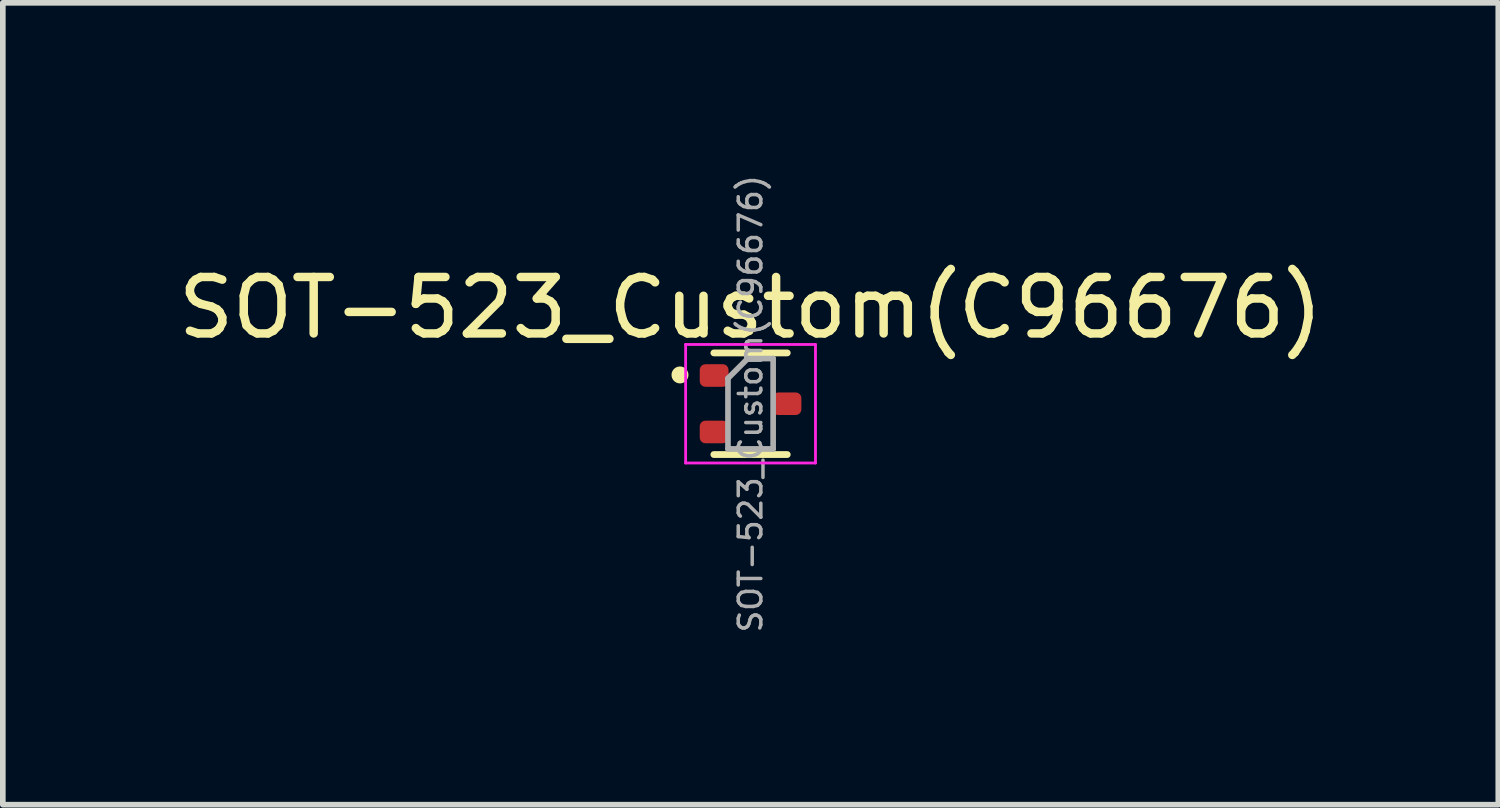
<source format=kicad_pcb>
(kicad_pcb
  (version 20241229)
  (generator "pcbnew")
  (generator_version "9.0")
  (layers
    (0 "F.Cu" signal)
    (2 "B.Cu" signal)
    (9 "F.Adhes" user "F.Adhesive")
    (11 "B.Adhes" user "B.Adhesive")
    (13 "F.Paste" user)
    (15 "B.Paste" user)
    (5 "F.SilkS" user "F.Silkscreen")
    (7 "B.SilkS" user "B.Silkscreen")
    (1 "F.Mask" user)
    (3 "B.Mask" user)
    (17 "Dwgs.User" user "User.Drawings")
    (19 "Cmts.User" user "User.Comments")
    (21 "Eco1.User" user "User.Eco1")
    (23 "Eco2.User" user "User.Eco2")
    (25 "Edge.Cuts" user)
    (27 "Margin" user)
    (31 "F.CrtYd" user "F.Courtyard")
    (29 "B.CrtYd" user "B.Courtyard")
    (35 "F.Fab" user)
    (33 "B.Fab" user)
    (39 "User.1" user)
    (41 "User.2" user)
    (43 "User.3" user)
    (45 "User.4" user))
  (footprint "SOT-523_Custom(C96676)"
    (layer "F.Cu")
    (at 10.244 4.101)
    (property "Reference" "SOT-523_Custom(C96676)" (at 0 -1.7 0) (layer "F.SilkS") (effects (font (size 1 1) (thickness 0.15))))
    (attr smd)
    (fp_line (start 0.65 -0.9) (end -0.65 -0.9) (stroke (width 0.12) (type solid)) (layer "F.SilkS"))
    (fp_line (start 0.65 0.9) (end -0.65 0.9) (stroke (width 0.12) (type solid)) (layer "F.SilkS"))
    (fp_circle (center -1.25 -0.51) (end -1.1 -0.51) (stroke (width 0) (type solid)) (fill yes) (layer "F.SilkS"))
    (fp_line (start -1.15 -1.05) (end -1.15 1.05) (stroke (width 0.05) (type solid)) (layer "F.CrtYd"))
    (fp_line (start -1.15 -1.05) (end 1.15 -1.05) (stroke (width 0.05) (type solid)) (layer "F.CrtYd"))
    (fp_line (start 1.15 1.05) (end -1.15 1.05) (stroke (width 0.05) (type solid)) (layer "F.CrtYd"))
    (fp_line (start 1.15 1.05) (end 1.15 -1.05) (stroke (width 0.05) (type solid)) (layer "F.CrtYd"))
    (fp_line (start -0.4 -0.45) (end -0.4 0.8) (stroke (width 0.1) (type solid)) (layer "F.Fab"))
    (fp_line (start -0.4 -0.45) (end -0.05 -0.8) (stroke (width 0.1) (type solid)) (layer "F.Fab"))
    (fp_line (start -0.4 0.8) (end 0.4 0.8) (stroke (width 0.1) (type solid)) (layer "F.Fab"))
    (fp_line (start 0.4 -0.8) (end -0.05 -0.8) (stroke (width 0.1) (type solid)) (layer "F.Fab"))
    (fp_line (start 0.4 0.8) (end 0.4 -0.8) (stroke (width 0.1) (type solid)) (layer "F.Fab"))
    (fp_text user "${REFERENCE}" (at 0 0 270) (layer "F.Fab") (effects (font (size 0.4 0.4) (thickness 0.062))))
    (pad "1" smd roundrect (at -0.645 -0.5 180) (size 0.51 0.4) (layers "F.Cu" "F.Mask" "F.Paste") (roundrect_rratio 0.25))
    (pad "2" smd roundrect (at -0.645 0.5 180) (size 0.51 0.4) (layers "F.Cu" "F.Mask" "F.Paste") (roundrect_rratio 0.25))
    (pad "3" smd roundrect (at 0.645 0 180) (size 0.51 0.4) (layers "F.Cu" "F.Mask" "F.Paste") (roundrect_rratio 0.25)))
  (gr_rect
    (start -3 -3)
    (end 23.488 11.203)
    (stroke (width 0.1) (type default))
    (fill no)
    (layer "Edge.Cuts")))
</source>
